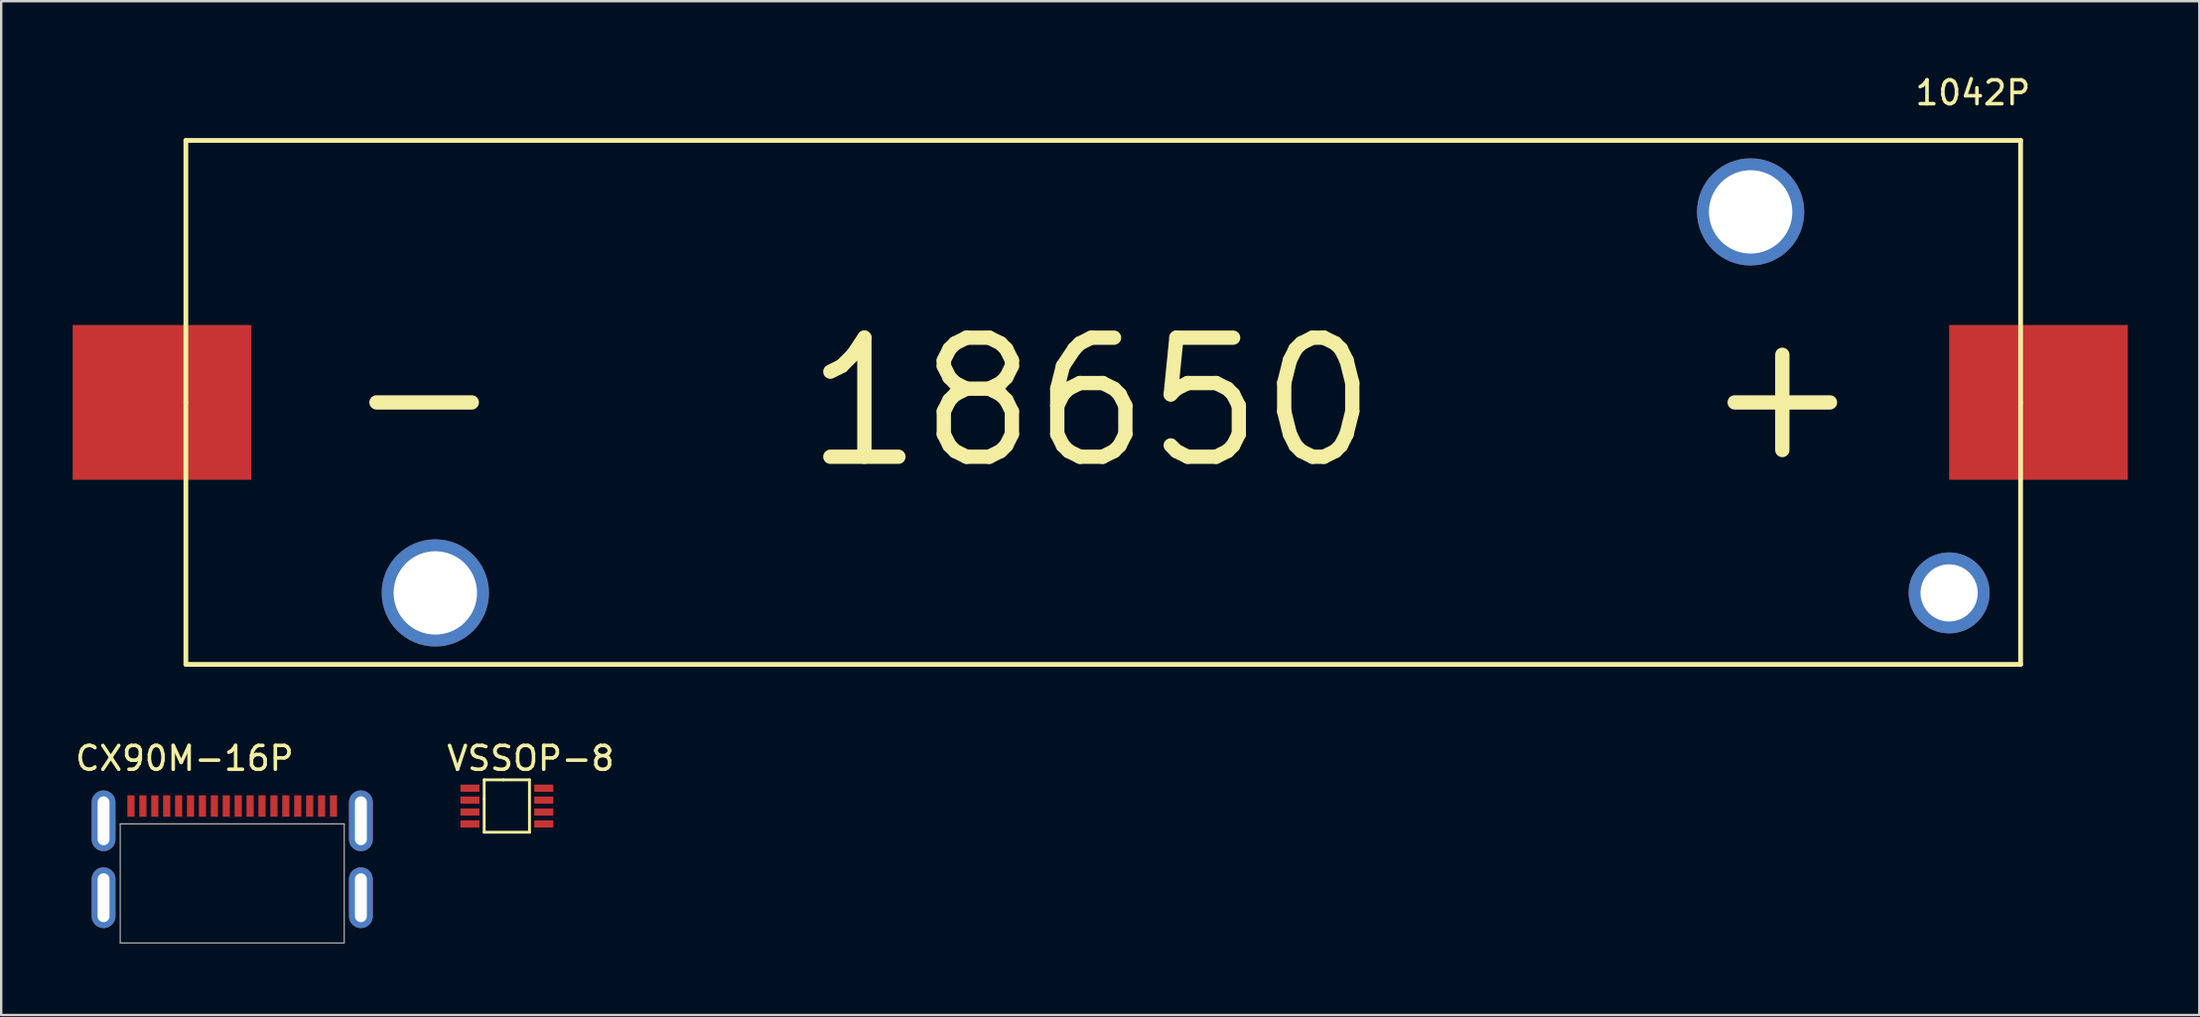
<source format=kicad_pcb>
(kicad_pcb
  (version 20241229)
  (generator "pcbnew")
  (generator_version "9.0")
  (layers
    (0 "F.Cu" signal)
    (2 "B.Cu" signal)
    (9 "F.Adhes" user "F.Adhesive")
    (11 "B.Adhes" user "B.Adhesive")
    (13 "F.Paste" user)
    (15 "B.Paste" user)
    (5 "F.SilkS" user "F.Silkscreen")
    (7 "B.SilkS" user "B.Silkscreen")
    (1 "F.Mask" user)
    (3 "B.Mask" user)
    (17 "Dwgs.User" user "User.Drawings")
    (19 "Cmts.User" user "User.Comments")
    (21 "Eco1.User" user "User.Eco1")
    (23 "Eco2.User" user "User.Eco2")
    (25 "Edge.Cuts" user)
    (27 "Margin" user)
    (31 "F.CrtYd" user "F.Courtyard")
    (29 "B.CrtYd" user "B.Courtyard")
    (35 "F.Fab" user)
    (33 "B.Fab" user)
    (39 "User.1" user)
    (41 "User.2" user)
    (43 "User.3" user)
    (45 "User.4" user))
  (footprint "CX90M-16P"
    (layer "F.Cu")
    (at 6.696 30.797)
    (property "Reference" "CX90M-16P" (at -2 -2 0) (layer "F.SilkS") (effects (font (size 1 1) (thickness 0.15))))
    (attr through_hole)
    (fp_line (start -4.7 0.75) (end -4.25 0.75) (stroke (width 0.05) (type solid)) (layer "F.Fab"))
    (fp_line (start -4.7 5.75) (end -4.7 0.75) (stroke (width 0.05) (type solid)) (layer "F.Fab"))
    (fp_line (start -4.7 5.75) (end 4.7 5.75) (stroke (width 0.05) (type solid)) (layer "F.Fab"))
    (fp_line (start -4.25 0.75) (end 4.25 0.75) (stroke (width 0.05) (type solid)) (layer "F.Fab"))
    (fp_line (start 4.7 0.75) (end 4.25 0.75) (stroke (width 0.05) (type solid)) (layer "F.Fab"))
    (fp_line (start 4.7 5.75) (end 4.7 0.75) (stroke (width 0.05) (type solid)) (layer "F.Fab"))
    (pad "0" thru_hole oval (at -5.4 0.62) (size 1 2.55) (drill oval 0.5 2.05) (layers "*.Cu" "*.Mask"))
    (pad "0" thru_hole oval (at -5.4 3.85) (size 1 2.55) (drill oval 0.5 2.05) (layers "*.Cu" "*.Mask"))
    (pad "0" thru_hole oval (at 5.4 0.62) (size 1 2.55) (drill oval 0.5 2.05) (layers "*.Cu" "*.Mask"))
    (pad "0" thru_hole oval (at 5.4 3.85) (size 1 2.55) (drill oval 0.5 2.05) (layers "*.Cu" "*.Mask"))
    (pad "1" smd rect (at -4.25 0) (size 0.3 0.9) (layers "F.Cu" "F.Mask" "F.Paste"))
    (pad "2" smd rect (at -3.75 0) (size 0.3 0.9) (layers "F.Cu" "F.Mask" "F.Paste"))
    (pad "3" smd rect (at -3.25 0) (size 0.3 0.9) (layers "F.Cu" "F.Mask" "F.Paste"))
    (pad "4" smd rect (at -2.75 0) (size 0.3 0.9) (layers "F.Cu" "F.Mask" "F.Paste"))
    (pad "5" smd rect (at -2.25 0) (size 0.3 0.9) (layers "F.Cu" "F.Mask" "F.Paste"))
    (pad "6" smd rect (at -1.75 0) (size 0.3 0.9) (layers "F.Cu" "F.Mask" "F.Paste"))
    (pad "7" smd rect (at -1.25 0) (size 0.3 0.9) (layers "F.Cu" "F.Mask" "F.Paste"))
    (pad "8" smd rect (at -0.75 0) (size 0.3 0.9) (layers "F.Cu" "F.Mask" "F.Paste"))
    (pad "9" smd rect (at -0.25 0) (size 0.3 0.9) (layers "F.Cu" "F.Mask" "F.Paste"))
    (pad "10" smd rect (at 0.25 0) (size 0.3 0.9) (layers "F.Cu" "F.Mask" "F.Paste"))
    (pad "11" smd rect (at 0.75 0) (size 0.3 0.9) (layers "F.Cu" "F.Mask" "F.Paste"))
    (pad "12" smd rect (at 1.25 0) (size 0.3 0.9) (layers "F.Cu" "F.Mask" "F.Paste"))
    (pad "13" smd rect (at 1.75 0) (size 0.3 0.9) (layers "F.Cu" "F.Mask" "F.Paste"))
    (pad "14" smd rect (at 2.25 0) (size 0.3 0.9) (layers "F.Cu" "F.Mask" "F.Paste"))
    (pad "15" smd rect (at 2.75 0) (size 0.3 0.9) (layers "F.Cu" "F.Mask" "F.Paste"))
    (pad "16" smd rect (at 3.25 0) (size 0.3 0.9) (layers "F.Cu" "F.Mask" "F.Paste"))
    (pad "17" smd rect (at 3.75 0) (size 0.3 0.9) (layers "F.Cu" "F.Mask" "F.Paste"))
    (pad "18" smd rect (at 4.25 0) (size 0.3 0.9) (layers "F.Cu" "F.Mask" "F.Paste")))
  (footprint "1042P"
    (layer "F.Cu")
    (at 78.75 21.848)
    (property "Reference" "1042P" (at 1 -21 0) (layer "F.SilkS") (effects (font (size 1 1) (thickness 0.15))))
    (attr through_hole)
    (fp_line (start -74 -19) (end 3 -19) (stroke (width 0.2) (type solid)) (layer "F.SilkS"))
    (fp_line (start -74 -8) (end -74 -19) (stroke (width 0.2) (type solid)) (layer "F.SilkS"))
    (fp_line (start -74 3) (end -74 -8) (stroke (width 0.2) (type solid)) (layer "F.SilkS"))
    (fp_line (start -66 -8) (end -62 -8) (stroke (width 0.6) (type solid)) (layer "F.SilkS"))
    (fp_line (start -9 -8) (end -5 -8) (stroke (width 0.6) (type solid)) (layer "F.SilkS"))
    (fp_line (start -7 -10) (end -7 -6) (stroke (width 0.6) (type solid)) (layer "F.SilkS"))
    (fp_line (start 3 -19) (end 3 -8) (stroke (width 0.2) (type solid)) (layer "F.SilkS"))
    (fp_line (start 3 -8) (end 3 3) (stroke (width 0.2) (type solid)) (layer "F.SilkS"))
    (fp_line (start 3 3) (end -74 3) (stroke (width 0.2) (type solid)) (layer "F.SilkS"))
    (fp_text user "18650" (at -36 -8 0) (layer "F.SilkS") (effects (font (size 5 5) (thickness 0.6))))
    (pad "" np_thru_hole circle (at -63.53 0) (size 4.5 4.5) (drill 3.5) (layers "*.Cu" "*.Mask"))
    (pad "" np_thru_hole circle (at -8.33 -16) (size 4.5 4.5) (drill 3.5) (layers "*.Cu" "*.Mask"))
    (pad "" np_thru_hole circle (at 0 0) (size 3.4 3.4) (drill 2.4) (layers "*.Cu" "*.Mask"))
    (pad "1" connect rect (at 3.75 -8) (size 7.5 6.5) (layers "F.Cu" "F.Mask"))
    (pad "2" connect rect (at -75 -8) (size 7.5 6.5) (layers "F.Cu" "F.Mask")))
  (footprint "VSSOP-8"
    (layer "F.Cu")
    (at 18.221 30.797)
    (property "Reference" "VSSOP-8" (at 1 -2 0) (layer "F.SilkS") (effects (font (size 1 1) (thickness 0.15))))
    (attr smd)
    (fp_line (start -0.95 -1.1) (end -0.15 -1.1) (stroke (width 0.12) (type solid)) (layer "F.SilkS"))
    (fp_line (start -0.95 -0.3) (end -0.95 -1.1) (stroke (width 0.12) (type solid)) (layer "F.SilkS"))
    (fp_line (start -0.95 1.1) (end -0.95 -0.3) (stroke (width 0.12) (type solid)) (layer "F.SilkS"))
    (fp_line (start -0.15 -1.1) (end 0.95 -1.1) (stroke (width 0.12) (type solid)) (layer "F.SilkS"))
    (fp_line (start 0.95 -1.1) (end 0.95 1.1) (stroke (width 0.12) (type solid)) (layer "F.SilkS"))
    (fp_line (start 0.95 1.1) (end -0.95 1.1) (stroke (width 0.12) (type solid)) (layer "F.SilkS"))
    (pad "1" smd rect (at -1.55 -0.75 270) (size 0.3 0.8) (layers "F.Cu" "F.Mask" "F.Paste"))
    (pad "2" smd rect (at -1.55 -0.25 270) (size 0.3 0.8) (layers "F.Cu" "F.Mask" "F.Paste"))
    (pad "3" smd rect (at -1.55 0.25 270) (size 0.3 0.8) (layers "F.Cu" "F.Mask" "F.Paste"))
    (pad "4" smd rect (at -1.55 0.75 270) (size 0.3 0.8) (layers "F.Cu" "F.Mask" "F.Paste"))
    (pad "5" smd rect (at 1.55 0.75 270) (size 0.3 0.8) (layers "F.Cu" "F.Mask" "F.Paste"))
    (pad "6" smd rect (at 1.55 0.25 270) (size 0.3 0.8) (layers "F.Cu" "F.Mask" "F.Paste"))
    (pad "7" smd rect (at 1.55 -0.25 270) (size 0.3 0.8) (layers "F.Cu" "F.Mask" "F.Paste"))
    (pad "8" smd rect (at 1.55 -0.75 270) (size 0.3 0.8) (layers "F.Cu" "F.Mask" "F.Paste")))
  (gr_rect
    (start -3 -3)
    (end 89.25 39.572)
    (stroke (width 0.1) (type default))
    (fill no)
    (layer "Edge.Cuts")))
</source>
